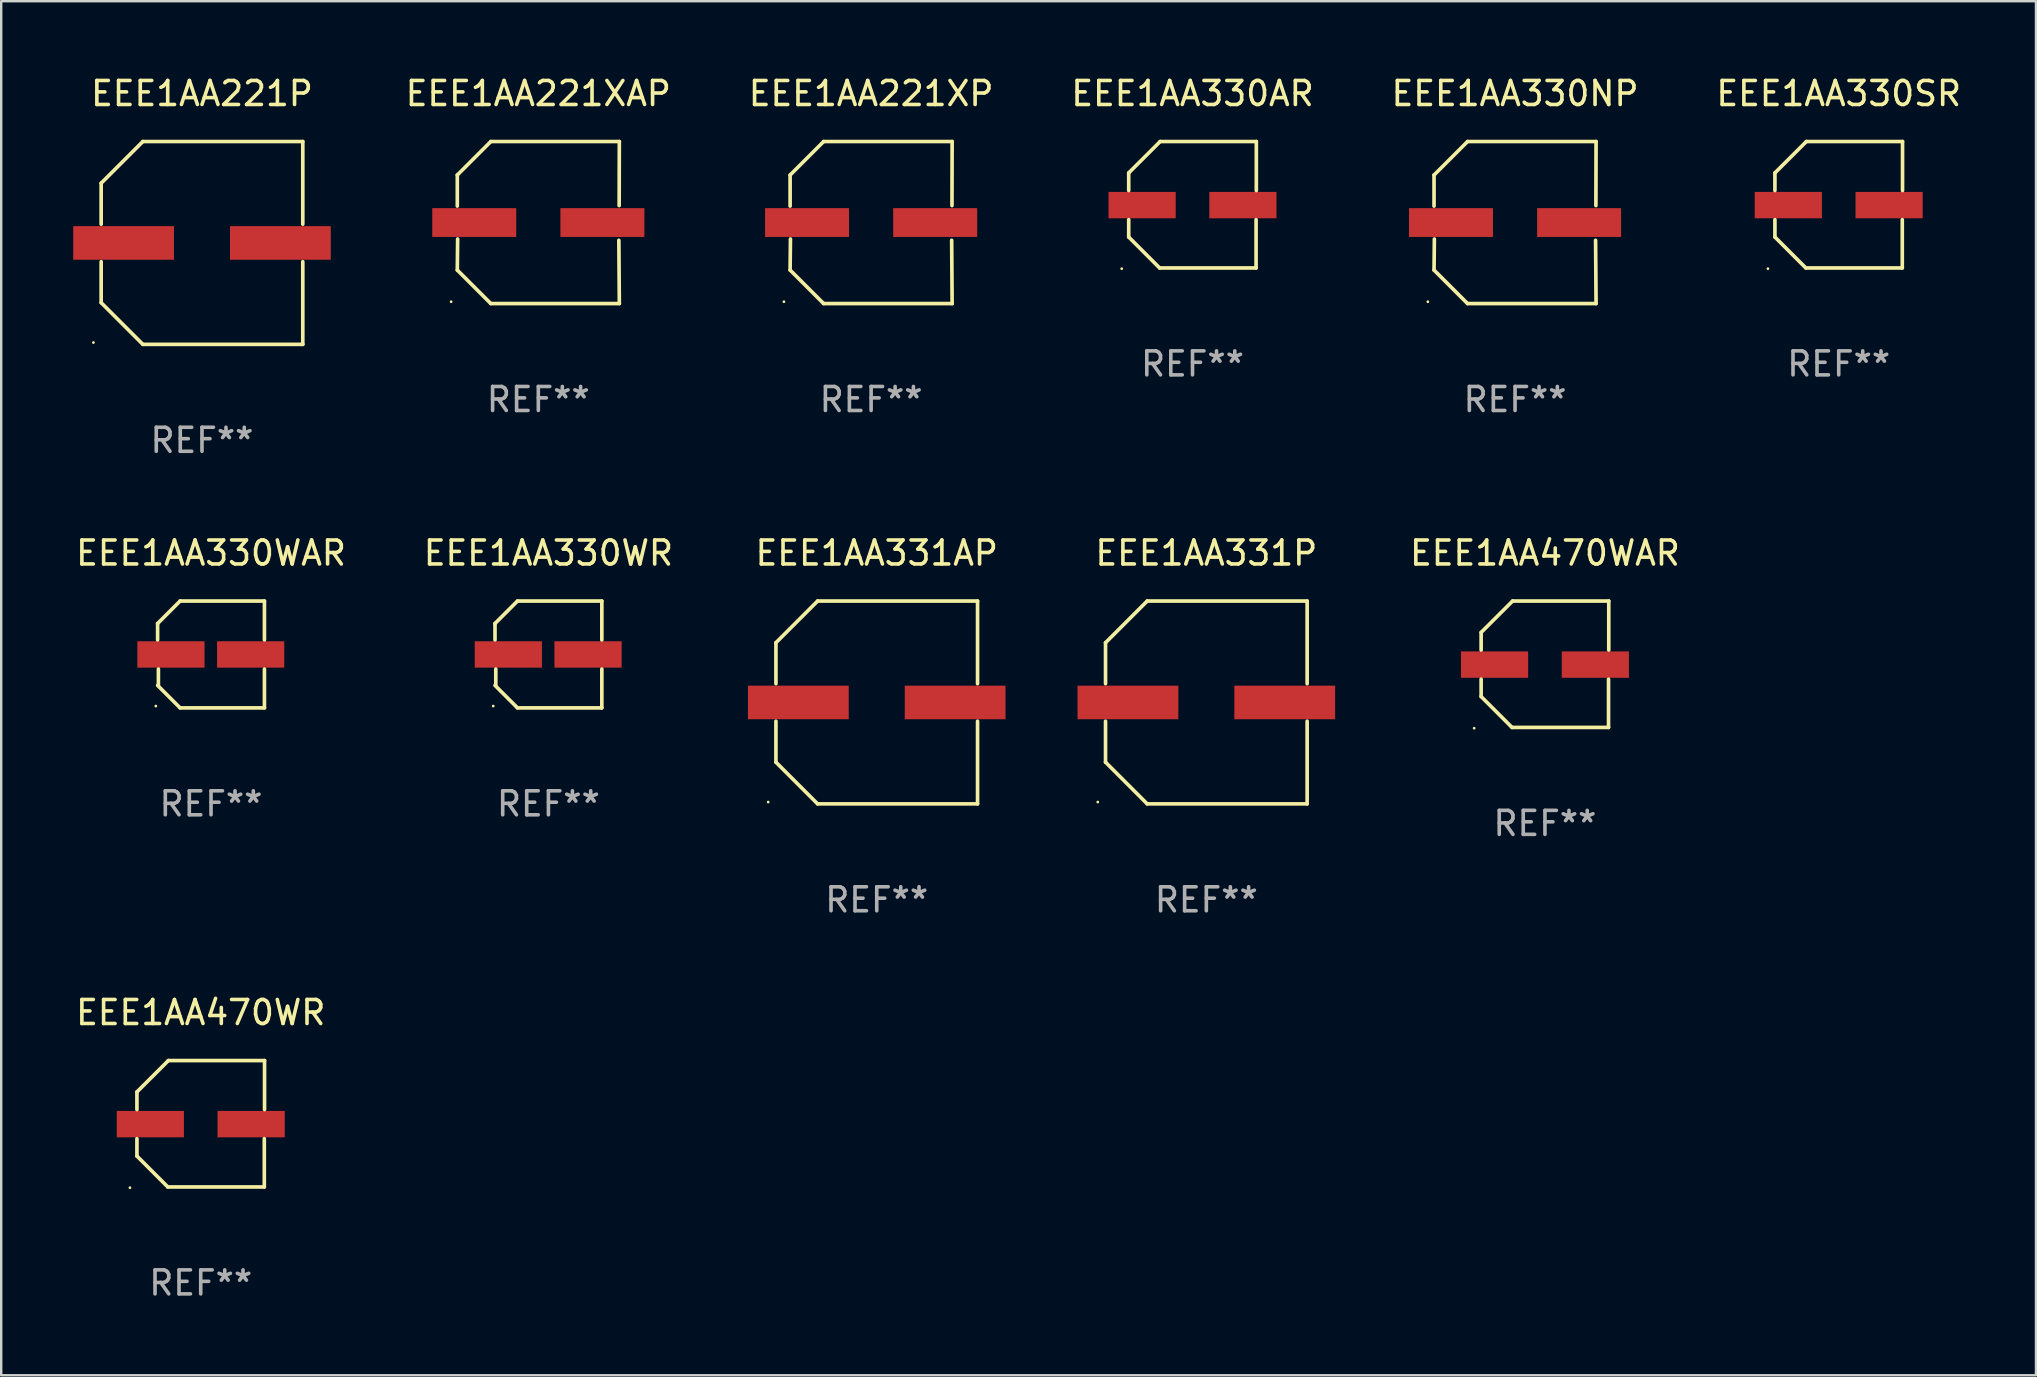
<source format=kicad_pcb>
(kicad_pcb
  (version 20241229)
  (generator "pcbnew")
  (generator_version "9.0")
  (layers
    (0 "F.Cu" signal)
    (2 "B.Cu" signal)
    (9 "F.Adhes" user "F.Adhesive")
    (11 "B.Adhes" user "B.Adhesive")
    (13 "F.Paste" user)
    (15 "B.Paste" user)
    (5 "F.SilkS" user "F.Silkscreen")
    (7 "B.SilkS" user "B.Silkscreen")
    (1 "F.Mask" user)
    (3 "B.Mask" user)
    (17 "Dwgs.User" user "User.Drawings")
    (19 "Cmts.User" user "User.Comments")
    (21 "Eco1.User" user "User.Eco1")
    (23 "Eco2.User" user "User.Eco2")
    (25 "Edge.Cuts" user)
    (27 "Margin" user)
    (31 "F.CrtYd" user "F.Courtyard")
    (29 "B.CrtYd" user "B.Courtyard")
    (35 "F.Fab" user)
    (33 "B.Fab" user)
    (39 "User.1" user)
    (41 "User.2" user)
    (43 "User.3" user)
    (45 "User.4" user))
  (footprint "EEE1AA330SR"
    (layer "F.Cu")
    (at 73.574 5.482)
    (property "Reference" "EEE1AA330SR" (at 0 -4.634 0) (layer "F.SilkS") (effects (font (size 1 1) (thickness 0.15))))
    (attr through_hole)
    (fp_line (start -2.659 -1.326) (end -2.659 -0.592) (stroke (width 0.152) (type solid)) (layer "F.SilkS"))
    (fp_line (start -2.659 1.346) (end -2.659 0.622) (stroke (width 0.152) (type solid)) (layer "F.SilkS"))
    (fp_line (start -1.372 2.634) (end -2.659 1.346) (stroke (width 0.152) (type solid)) (layer "F.SilkS"))
    (fp_line (start -1.349 -2.634) (end -2.659 -1.326) (stroke (width 0.152) (type solid)) (layer "F.SilkS"))
    (fp_line (start 2.649 0.622) (end 2.649 2.634) (stroke (width 0.152) (type solid)) (layer "F.SilkS"))
    (fp_line (start 2.649 2.634) (end -1.372 2.634) (stroke (width 0.152) (type solid)) (layer "F.SilkS"))
    (fp_line (start 2.659 -2.634) (end -1.349 -2.634) (stroke (width 0.152) (type solid)) (layer "F.SilkS"))
    (fp_line (start 2.659 -0.592) (end 2.659 -2.634) (stroke (width 0.152) (type solid)) (layer "F.SilkS"))
    (fp_circle (center -2.95 2.665) (end -2.92 2.665) (stroke (width 0.06) (type solid)) (fill no) (layer "F.SilkS"))
    (fp_text user "REF**" (at 0 6.634 0) (layer "F.Fab") (effects (font (size 1 1) (thickness 0.15))))
    (pad "1" smd rect (at -2.1 0.015) (size 2.8 1.1) (layers "F.Cu" "F.Mask" "F.Paste"))
    (pad "2" smd rect (at 2.1 0.015) (size 2.8 1.1) (layers "F.Cu" "F.Mask" "F.Paste")))
  (footprint "EEE1AA331AP"
    (layer "F.Cu")
    (at 33.486 26.223)
    (property "Reference" "EEE1AA331AP" (at 0 -6.226 0) (layer "F.SilkS") (effects (font (size 1 1) (thickness 0.15))))
    (attr through_hole)
    (fp_line (start -4.201 -2.49) (end -4.201 -0.782) (stroke (width 0.152) (type solid)) (layer "F.SilkS"))
    (fp_line (start -4.201 2.49) (end -4.201 0.782) (stroke (width 0.152) (type solid)) (layer "F.SilkS"))
    (fp_line (start -2.465 -4.226) (end -4.201 -2.49) (stroke (width 0.152) (type solid)) (layer "F.SilkS"))
    (fp_line (start -2.465 4.226) (end -4.201 2.49) (stroke (width 0.152) (type solid)) (layer "F.SilkS"))
    (fp_line (start 4.201 -4.226) (end -2.465 -4.226) (stroke (width 0.152) (type solid)) (layer "F.SilkS"))
    (fp_line (start 4.201 -0.782) (end 4.201 -4.226) (stroke (width 0.152) (type solid)) (layer "F.SilkS"))
    (fp_line (start 4.201 0.782) (end 4.201 4.226) (stroke (width 0.152) (type solid)) (layer "F.SilkS"))
    (fp_line (start 4.201 4.226) (end -2.465 4.226) (stroke (width 0.152) (type solid)) (layer "F.SilkS"))
    (fp_circle (center -4.524 4.15) (end -4.494 4.15) (stroke (width 0.06) (type solid)) (fill no) (layer "F.SilkS"))
    (fp_text user "REF**" (at 0 8.226 0) (layer "F.Fab") (effects (font (size 1 1) (thickness 0.15))))
    (pad "1" smd rect (at -3.267 0) (size 4.2 1.4) (layers "F.Cu" "F.Mask" "F.Paste"))
    (pad "2" smd rect (at 3.267 0) (size 4.2 1.4) (layers "F.Cu" "F.Mask" "F.Paste")))
  (footprint "EEE1AA330AR"
    (layer "F.Cu")
    (at 46.645 5.482)
    (property "Reference" "EEE1AA330AR" (at 0 -4.634 0) (layer "F.SilkS") (effects (font (size 1 1) (thickness 0.15))))
    (attr through_hole)
    (fp_line (start -2.659 -1.326) (end -2.659 -0.592) (stroke (width 0.152) (type solid)) (layer "F.SilkS"))
    (fp_line (start -2.659 1.346) (end -2.659 0.622) (stroke (width 0.152) (type solid)) (layer "F.SilkS"))
    (fp_line (start -1.372 2.634) (end -2.659 1.346) (stroke (width 0.152) (type solid)) (layer "F.SilkS"))
    (fp_line (start -1.349 -2.634) (end -2.659 -1.326) (stroke (width 0.152) (type solid)) (layer "F.SilkS"))
    (fp_line (start 2.649 0.622) (end 2.649 2.634) (stroke (width 0.152) (type solid)) (layer "F.SilkS"))
    (fp_line (start 2.649 2.634) (end -1.372 2.634) (stroke (width 0.152) (type solid)) (layer "F.SilkS"))
    (fp_line (start 2.659 -2.634) (end -1.349 -2.634) (stroke (width 0.152) (type solid)) (layer "F.SilkS"))
    (fp_line (start 2.659 -0.592) (end 2.659 -2.634) (stroke (width 0.152) (type solid)) (layer "F.SilkS"))
    (fp_circle (center -2.95 2.665) (end -2.92 2.665) (stroke (width 0.06) (type solid)) (fill no) (layer "F.SilkS"))
    (fp_text user "REF**" (at 0 6.634 0) (layer "F.Fab") (effects (font (size 1 1) (thickness 0.15))))
    (pad "1" smd rect (at -2.1 0.015) (size 2.8 1.1) (layers "F.Cu" "F.Mask" "F.Paste"))
    (pad "2" smd rect (at 2.1 0.015) (size 2.8 1.1) (layers "F.Cu" "F.Mask" "F.Paste")))
  (footprint "EEE1AA221XP"
    (layer "F.Cu")
    (at 33.252 6.224)
    (property "Reference" "EEE1AA221XP" (at 0 -5.376 0) (layer "F.SilkS") (effects (font (size 1 1) (thickness 0.15))))
    (attr through_hole)
    (fp_line (start -3.376 -1.98) (end -3.376 -0.686) (stroke (width 0.152) (type solid)) (layer "F.SilkS"))
    (fp_line (start -3.376 1.981) (end -3.362 0.686) (stroke (width 0.152) (type solid)) (layer "F.SilkS"))
    (fp_line (start -1.981 3.376) (end -3.376 1.981) (stroke (width 0.152) (type solid)) (layer "F.SilkS"))
    (fp_line (start -1.98 -3.376) (end -3.376 -1.98) (stroke (width 0.152) (type solid)) (layer "F.SilkS"))
    (fp_line (start 3.356 0.74) (end 3.376 3.376) (stroke (width 0.152) (type solid)) (layer "F.SilkS"))
    (fp_line (start 3.369 -0.707) (end 3.376 -3.376) (stroke (width 0.152) (type solid)) (layer "F.SilkS"))
    (fp_line (start 3.376 3.376) (end -1.981 3.376) (stroke (width 0.152) (type solid)) (layer "F.SilkS"))
    (fp_line (start 3.376 -3.376) (end -1.98 -3.376) (stroke (width 0.152) (type solid)) (layer "F.SilkS"))
    (fp_circle (center -3.634 3.3) (end -3.604 3.3) (stroke (width 0.06) (type solid)) (fill no) (layer "F.SilkS"))
    (fp_text user "REF**" (at 0 7.376 0) (layer "F.Fab") (effects (font (size 1 1) (thickness 0.15))))
    (pad "1" smd rect (at -2.67 0.000254) (size 3.5 1.2) (layers "F.Cu" "F.Mask" "F.Paste"))
    (pad "2" smd rect (at 2.67 0.000254) (size 3.5 1.2) (layers "F.Cu" "F.Mask" "F.Paste")))
  (footprint "EEE1AA221XAP"
    (layer "F.Cu")
    (at 19.383 6.224)
    (property "Reference" "EEE1AA221XAP" (at 0 -5.376 0) (layer "F.SilkS") (effects (font (size 1 1) (thickness 0.15))))
    (attr through_hole)
    (fp_line (start -3.376 -1.98) (end -3.376 -0.686) (stroke (width 0.152) (type solid)) (layer "F.SilkS"))
    (fp_line (start -3.376 1.981) (end -3.362 0.686) (stroke (width 0.152) (type solid)) (layer "F.SilkS"))
    (fp_line (start -1.981 3.376) (end -3.376 1.981) (stroke (width 0.152) (type solid)) (layer "F.SilkS"))
    (fp_line (start -1.98 -3.376) (end -3.376 -1.98) (stroke (width 0.152) (type solid)) (layer "F.SilkS"))
    (fp_line (start 3.356 0.74) (end 3.376 3.376) (stroke (width 0.152) (type solid)) (layer "F.SilkS"))
    (fp_line (start 3.369 -0.707) (end 3.376 -3.376) (stroke (width 0.152) (type solid)) (layer "F.SilkS"))
    (fp_line (start 3.376 3.376) (end -1.981 3.376) (stroke (width 0.152) (type solid)) (layer "F.SilkS"))
    (fp_line (start 3.376 -3.376) (end -1.98 -3.376) (stroke (width 0.152) (type solid)) (layer "F.SilkS"))
    (fp_circle (center -3.634 3.3) (end -3.604 3.3) (stroke (width 0.06) (type solid)) (fill no) (layer "F.SilkS"))
    (fp_text user "REF**" (at 0 7.376 0) (layer "F.Fab") (effects (font (size 1 1) (thickness 0.15))))
    (pad "1" smd rect (at -2.67 0.000254) (size 3.5 1.2) (layers "F.Cu" "F.Mask" "F.Paste"))
    (pad "2" smd rect (at 2.67 0.000254) (size 3.5 1.2) (layers "F.Cu" "F.Mask" "F.Paste")))
  (footprint "EEE1AA330WR"
    (layer "F.Cu")
    (at 19.804 24.223)
    (property "Reference" "EEE1AA330WR" (at 0 -4.226 0) (layer "F.SilkS") (effects (font (size 1 1) (thickness 0.15))))
    (attr through_hole)
    (fp_line (start -2.226 -1.29) (end -2.226 -0.607) (stroke (width 0.152) (type solid)) (layer "F.SilkS"))
    (fp_line (start -2.193 1.29) (end -2.193 0.607) (stroke (width 0.152) (type solid)) (layer "F.SilkS"))
    (fp_line (start -1.29 2.226) (end -2.226 1.29) (stroke (width 0.152) (type solid)) (layer "F.SilkS"))
    (fp_line (start -1.29 -2.226) (end -2.226 -1.29) (stroke (width 0.152) (type solid)) (layer "F.SilkS"))
    (fp_line (start 2.226 -2.226) (end -1.29 -2.226) (stroke (width 0.152) (type solid)) (layer "F.SilkS"))
    (fp_line (start 2.226 -0.607) (end 2.226 -2.226) (stroke (width 0.152) (type solid)) (layer "F.SilkS"))
    (fp_line (start 2.226 0.607) (end 2.226 2.226) (stroke (width 0.152) (type solid)) (layer "F.SilkS"))
    (fp_line (start 2.226 2.226) (end -1.29 2.226) (stroke (width 0.152) (type solid)) (layer "F.SilkS"))
    (fp_circle (center -2.3 2.15) (end -2.27 2.15) (stroke (width 0.06) (type solid)) (fill no) (layer "F.SilkS"))
    (fp_text user "REF**" (at 0 6.226 0) (layer "F.Fab") (effects (font (size 1 1) (thickness 0.15))))
    (pad "1" smd rect (at -1.67 -0.000025) (size 2.8 1.1) (layers "F.Cu" "F.Mask" "F.Paste"))
    (pad "2" smd rect (at 1.651 -0.000025) (size 2.8 1.1) (layers "F.Cu" "F.Mask" "F.Paste")))
  (footprint "EEE1AA470WAR"
    (layer "F.Cu")
    (at 61.332 24.631)
    (property "Reference" "EEE1AA470WAR" (at 0 -4.634 0) (layer "F.SilkS") (effects (font (size 1 1) (thickness 0.15))))
    (attr through_hole)
    (fp_line (start -2.659 -1.326) (end -2.659 -0.592) (stroke (width 0.152) (type solid)) (layer "F.SilkS"))
    (fp_line (start -2.659 1.346) (end -2.659 0.622) (stroke (width 0.152) (type solid)) (layer "F.SilkS"))
    (fp_line (start -1.372 2.634) (end -2.659 1.346) (stroke (width 0.152) (type solid)) (layer "F.SilkS"))
    (fp_line (start -1.349 -2.634) (end -2.659 -1.326) (stroke (width 0.152) (type solid)) (layer "F.SilkS"))
    (fp_line (start 2.649 0.622) (end 2.649 2.634) (stroke (width 0.152) (type solid)) (layer "F.SilkS"))
    (fp_line (start 2.649 2.634) (end -1.372 2.634) (stroke (width 0.152) (type solid)) (layer "F.SilkS"))
    (fp_line (start 2.659 -2.634) (end -1.349 -2.634) (stroke (width 0.152) (type solid)) (layer "F.SilkS"))
    (fp_line (start 2.659 -0.592) (end 2.659 -2.634) (stroke (width 0.152) (type solid)) (layer "F.SilkS"))
    (fp_circle (center -2.95 2.665) (end -2.92 2.665) (stroke (width 0.06) (type solid)) (fill no) (layer "F.SilkS"))
    (fp_text user "REF**" (at 0 6.634 0) (layer "F.Fab") (effects (font (size 1 1) (thickness 0.15))))
    (pad "1" smd rect (at -2.1 0.015) (size 2.8 1.1) (layers "F.Cu" "F.Mask" "F.Paste"))
    (pad "2" smd rect (at 2.1 0.015) (size 2.8 1.1) (layers "F.Cu" "F.Mask" "F.Paste")))
  (footprint "EEE1AA221P"
    (layer "F.Cu")
    (at 5.367 7.074)
    (property "Reference" "EEE1AA221P" (at 0 -6.226 0) (layer "F.SilkS") (effects (font (size 1 1) (thickness 0.15))))
    (attr through_hole)
    (fp_line (start -4.201 -2.49) (end -4.201 -0.782) (stroke (width 0.152) (type solid)) (layer "F.SilkS"))
    (fp_line (start -4.201 2.49) (end -4.201 0.782) (stroke (width 0.152) (type solid)) (layer "F.SilkS"))
    (fp_line (start -2.465 -4.226) (end -4.201 -2.49) (stroke (width 0.152) (type solid)) (layer "F.SilkS"))
    (fp_line (start -2.465 4.226) (end -4.201 2.49) (stroke (width 0.152) (type solid)) (layer "F.SilkS"))
    (fp_line (start 4.201 -4.226) (end -2.465 -4.226) (stroke (width 0.152) (type solid)) (layer "F.SilkS"))
    (fp_line (start 4.201 -0.782) (end 4.201 -4.226) (stroke (width 0.152) (type solid)) (layer "F.SilkS"))
    (fp_line (start 4.201 0.782) (end 4.201 4.226) (stroke (width 0.152) (type solid)) (layer "F.SilkS"))
    (fp_line (start 4.201 4.226) (end -2.465 4.226) (stroke (width 0.152) (type solid)) (layer "F.SilkS"))
    (fp_circle (center -4.524 4.15) (end -4.494 4.15) (stroke (width 0.06) (type solid)) (fill no) (layer "F.SilkS"))
    (fp_text user "REF**" (at 0 8.226 0) (layer "F.Fab") (effects (font (size 1 1) (thickness 0.15))))
    (pad "1" smd rect (at -3.267 0) (size 4.2 1.4) (layers "F.Cu" "F.Mask" "F.Paste"))
    (pad "2" smd rect (at 3.267 0) (size 4.2 1.4) (layers "F.Cu" "F.Mask" "F.Paste")))
  (footprint "EEE1AA330NP"
    (layer "F.Cu")
    (at 60.086 6.224)
    (property "Reference" "EEE1AA330NP" (at 0 -5.376 0) (layer "F.SilkS") (effects (font (size 1 1) (thickness 0.15))))
    (attr through_hole)
    (fp_line (start -3.376 -1.98) (end -3.376 -0.686) (stroke (width 0.152) (type solid)) (layer "F.SilkS"))
    (fp_line (start -3.376 1.981) (end -3.362 0.686) (stroke (width 0.152) (type solid)) (layer "F.SilkS"))
    (fp_line (start -1.981 3.376) (end -3.376 1.981) (stroke (width 0.152) (type solid)) (layer "F.SilkS"))
    (fp_line (start -1.98 -3.376) (end -3.376 -1.98) (stroke (width 0.152) (type solid)) (layer "F.SilkS"))
    (fp_line (start 3.356 0.74) (end 3.376 3.376) (stroke (width 0.152) (type solid)) (layer "F.SilkS"))
    (fp_line (start 3.369 -0.707) (end 3.376 -3.376) (stroke (width 0.152) (type solid)) (layer "F.SilkS"))
    (fp_line (start 3.376 3.376) (end -1.981 3.376) (stroke (width 0.152) (type solid)) (layer "F.SilkS"))
    (fp_line (start 3.376 -3.376) (end -1.98 -3.376) (stroke (width 0.152) (type solid)) (layer "F.SilkS"))
    (fp_circle (center -3.634 3.3) (end -3.604 3.3) (stroke (width 0.06) (type solid)) (fill no) (layer "F.SilkS"))
    (fp_text user "REF**" (at 0 7.376 0) (layer "F.Fab") (effects (font (size 1 1) (thickness 0.15))))
    (pad "1" smd rect (at -2.67 0.000254) (size 3.5 1.2) (layers "F.Cu" "F.Mask" "F.Paste"))
    (pad "2" smd rect (at 2.67 0.000254) (size 3.5 1.2) (layers "F.Cu" "F.Mask" "F.Paste")))
  (footprint "EEE1AA331P"
    (layer "F.Cu")
    (at 47.221 26.223)
    (property "Reference" "EEE1AA331P" (at 0 -6.226 0) (layer "F.SilkS") (effects (font (size 1 1) (thickness 0.15))))
    (attr through_hole)
    (fp_line (start -4.201 -2.49) (end -4.201 -0.782) (stroke (width 0.152) (type solid)) (layer "F.SilkS"))
    (fp_line (start -4.201 2.49) (end -4.201 0.782) (stroke (width 0.152) (type solid)) (layer "F.SilkS"))
    (fp_line (start -2.465 -4.226) (end -4.201 -2.49) (stroke (width 0.152) (type solid)) (layer "F.SilkS"))
    (fp_line (start -2.465 4.226) (end -4.201 2.49) (stroke (width 0.152) (type solid)) (layer "F.SilkS"))
    (fp_line (start 4.201 -4.226) (end -2.465 -4.226) (stroke (width 0.152) (type solid)) (layer "F.SilkS"))
    (fp_line (start 4.201 -0.782) (end 4.201 -4.226) (stroke (width 0.152) (type solid)) (layer "F.SilkS"))
    (fp_line (start 4.201 0.782) (end 4.201 4.226) (stroke (width 0.152) (type solid)) (layer "F.SilkS"))
    (fp_line (start 4.201 4.226) (end -2.465 4.226) (stroke (width 0.152) (type solid)) (layer "F.SilkS"))
    (fp_circle (center -4.524 4.15) (end -4.494 4.15) (stroke (width 0.06) (type solid)) (fill no) (layer "F.SilkS"))
    (fp_text user "REF**" (at 0 8.226 0) (layer "F.Fab") (effects (font (size 1 1) (thickness 0.15))))
    (pad "1" smd rect (at -3.267 0) (size 4.2 1.4) (layers "F.Cu" "F.Mask" "F.Paste"))
    (pad "2" smd rect (at 3.267 0) (size 4.2 1.4) (layers "F.Cu" "F.Mask" "F.Paste")))
  (footprint "EEE1AA330WAR"
    (layer "F.Cu")
    (at 5.744 24.223)
    (property "Reference" "EEE1AA330WAR" (at 0 -4.226 0) (layer "F.SilkS") (effects (font (size 1 1) (thickness 0.15))))
    (attr through_hole)
    (fp_line (start -2.226 -1.29) (end -2.226 -0.607) (stroke (width 0.152) (type solid)) (layer "F.SilkS"))
    (fp_line (start -2.193 1.29) (end -2.193 0.607) (stroke (width 0.152) (type solid)) (layer "F.SilkS"))
    (fp_line (start -1.29 2.226) (end -2.226 1.29) (stroke (width 0.152) (type solid)) (layer "F.SilkS"))
    (fp_line (start -1.29 -2.226) (end -2.226 -1.29) (stroke (width 0.152) (type solid)) (layer "F.SilkS"))
    (fp_line (start 2.226 -2.226) (end -1.29 -2.226) (stroke (width 0.152) (type solid)) (layer "F.SilkS"))
    (fp_line (start 2.226 -0.607) (end 2.226 -2.226) (stroke (width 0.152) (type solid)) (layer "F.SilkS"))
    (fp_line (start 2.226 0.607) (end 2.226 2.226) (stroke (width 0.152) (type solid)) (layer "F.SilkS"))
    (fp_line (start 2.226 2.226) (end -1.29 2.226) (stroke (width 0.152) (type solid)) (layer "F.SilkS"))
    (fp_circle (center -2.3 2.15) (end -2.27 2.15) (stroke (width 0.06) (type solid)) (fill no) (layer "F.SilkS"))
    (fp_text user "REF**" (at 0 6.226 0) (layer "F.Fab") (effects (font (size 1 1) (thickness 0.15))))
    (pad "1" smd rect (at -1.67 -0.000025) (size 2.8 1.1) (layers "F.Cu" "F.Mask" "F.Paste"))
    (pad "2" smd rect (at 1.651 -0.000025) (size 2.8 1.1) (layers "F.Cu" "F.Mask" "F.Paste")))
  (footprint "EEE1AA470WR"
    (layer "F.Cu")
    (at 5.315 43.78)
    (property "Reference" "EEE1AA470WR" (at 0 -4.634 0) (layer "F.SilkS") (effects (font (size 1 1) (thickness 0.15))))
    (attr through_hole)
    (fp_line (start -2.659 -1.326) (end -2.659 -0.592) (stroke (width 0.152) (type solid)) (layer "F.SilkS"))
    (fp_line (start -2.659 1.346) (end -2.659 0.622) (stroke (width 0.152) (type solid)) (layer "F.SilkS"))
    (fp_line (start -1.372 2.634) (end -2.659 1.346) (stroke (width 0.152) (type solid)) (layer "F.SilkS"))
    (fp_line (start -1.349 -2.634) (end -2.659 -1.326) (stroke (width 0.152) (type solid)) (layer "F.SilkS"))
    (fp_line (start 2.649 0.622) (end 2.649 2.634) (stroke (width 0.152) (type solid)) (layer "F.SilkS"))
    (fp_line (start 2.649 2.634) (end -1.372 2.634) (stroke (width 0.152) (type solid)) (layer "F.SilkS"))
    (fp_line (start 2.659 -2.634) (end -1.349 -2.634) (stroke (width 0.152) (type solid)) (layer "F.SilkS"))
    (fp_line (start 2.659 -0.592) (end 2.659 -2.634) (stroke (width 0.152) (type solid)) (layer "F.SilkS"))
    (fp_circle (center -2.95 2.665) (end -2.92 2.665) (stroke (width 0.06) (type solid)) (fill no) (layer "F.SilkS"))
    (fp_text user "REF**" (at 0 6.634 0) (layer "F.Fab") (effects (font (size 1 1) (thickness 0.15))))
    (pad "1" smd rect (at -2.1 0.015) (size 2.8 1.1) (layers "F.Cu" "F.Mask" "F.Paste"))
    (pad "2" smd rect (at 2.1 0.015) (size 2.8 1.1) (layers "F.Cu" "F.Mask" "F.Paste")))
  (gr_rect
    (start -3 -3)
    (end 81.794 54.262)
    (stroke (width 0.1) (type default))
    (fill no)
    (layer "Edge.Cuts")))
</source>
